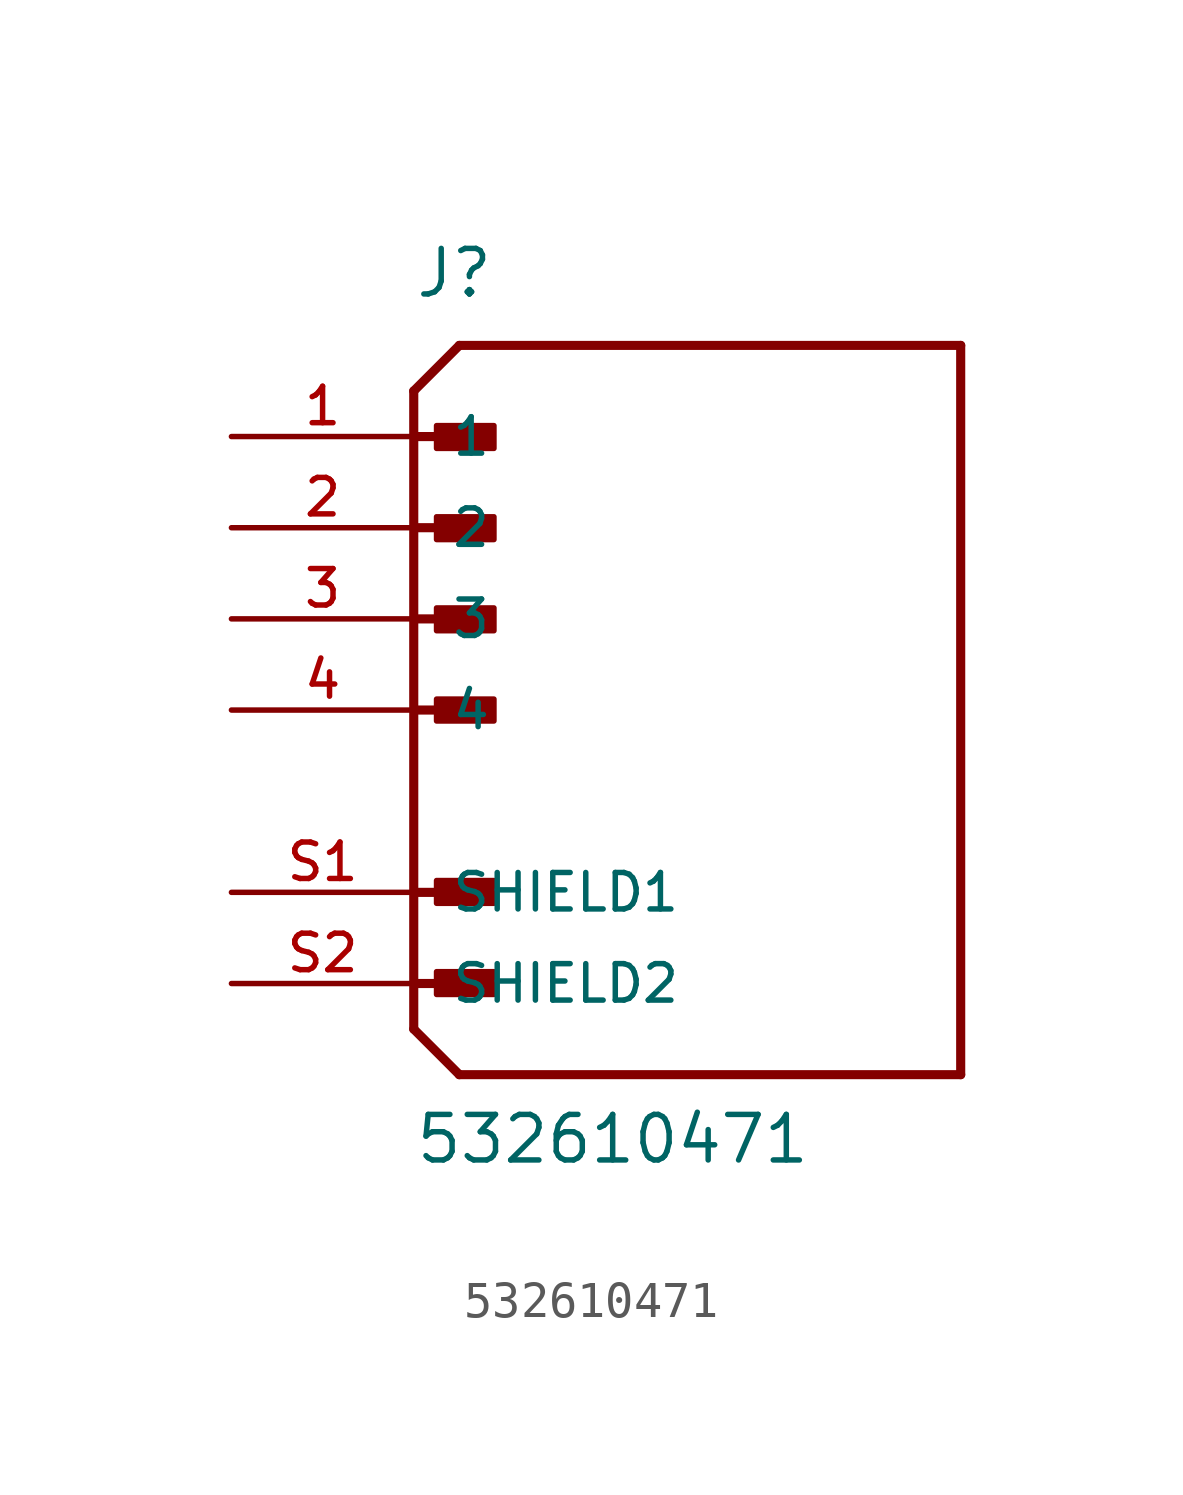
<source format=kicad_sym>
(kicad_symbol_lib
  (version 20211014)
  (generator kicad_symbol_editor)
  (symbol "532610471"
    (pin_names
      (offset 1.016))
    (property "Reference" "J"
      (at -7.62 11.43 0)
      (effects (font (size 1.27 1.27)) (justify left bottom)))
    (property "Value" "532610471"
      (at -7.62 -12.7 0)
      (effects (font (size 1.27 1.27)) (justify left bottom)))
    (property "ki_locked" ""
      (at 0 0 0)
      (effects (font (size 1.27 1.27))))
    (symbol "532610471_0_0"
      (rectangle (start -6.985 -7.925) (end -5.385 -7.29) (stroke (width 0) (type default) (color 0 0 0 0)) (fill (type outline)))
      (rectangle (start -6.985 -5.385) (end -5.385 -4.75) (stroke (width 0) (type default) (color 0 0 0 0)) (fill (type outline)))
      (rectangle (start -6.985 -0.305) (end -5.385 0.305) (stroke (width 0) (type default) (color 0 0 0 0)) (fill (type outline)))
      (rectangle (start -6.985 2.21) (end -5.385 2.845) (stroke (width 0) (type default) (color 0 0 0 0)) (fill (type outline)))
      (rectangle (start -6.985 4.75) (end -5.385 5.385) (stroke (width 0) (type default) (color 0 0 0 0)) (fill (type outline)))
      (rectangle (start -6.985 7.29) (end -5.385 7.925) (stroke (width 0) (type default) (color 0 0 0 0)) (fill (type outline)))
      (polyline (pts (xy -7.62 -8.89) (xy -6.35 -10.16)) (stroke (width 0.254) (type default) (color 0 0 0 0)) (fill (type none)))
      (polyline (pts (xy -7.62 -7.62) (xy -5.715 -7.62)) (stroke (width 0.254) (type default) (color 0 0 0 0)) (fill (type none)))
      (polyline (pts (xy -7.62 -5.08) (xy -5.715 -5.08)) (stroke (width 0.254) (type default) (color 0 0 0 0)) (fill (type none)))
      (polyline (pts (xy -7.62 0) (xy -5.715 0)) (stroke (width 0.254) (type default) (color 0 0 0 0)) (fill (type none)))
      (polyline (pts (xy -7.62 2.54) (xy -5.715 2.54)) (stroke (width 0.254) (type default) (color 0 0 0 0)) (fill (type none)))
      (polyline (pts (xy -7.62 5.08) (xy -5.715 5.08)) (stroke (width 0.254) (type default) (color 0 0 0 0)) (fill (type none)))
      (polyline (pts (xy -7.62 7.62) (xy -5.715 7.62)) (stroke (width 0.254) (type default) (color 0 0 0 0)) (fill (type none)))
      (polyline (pts (xy -7.62 8.89) (xy -7.62 -8.89)) (stroke (width 0.254) (type default) (color 0 0 0 0)) (fill (type none)))
      (polyline (pts (xy -7.62 8.89) (xy -6.35 10.16)) (stroke (width 0.254) (type default) (color 0 0 0 0)) (fill (type none)))
      (polyline (pts (xy -6.35 -10.16) (xy 7.62 -10.16)) (stroke (width 0.254) (type default) (color 0 0 0 0)) (fill (type none)))
      (polyline (pts (xy 7.62 -10.16) (xy 7.62 10.16)) (stroke (width 0.254) (type default) (color 0 0 0 0)) (fill (type none)))
      (polyline (pts (xy 7.62 10.16) (xy -6.35 10.16)) (stroke (width 0.254) (type default) (color 0 0 0 0)) (fill (type none)))
      (pin passive line (at -12.7 7.62 0) (length 5.08) (name "1" (effects (font (size 1.016 1.016)))) (number "1" (effects (font (size 1.016 1.016)))))
      (pin passive line (at -12.7 5.08 0) (length 5.08) (name "2" (effects (font (size 1.016 1.016)))) (number "2" (effects (font (size 1.016 1.016)))))
      (pin passive line (at -12.7 2.54 0) (length 5.08) (name "3" (effects (font (size 1.016 1.016)))) (number "3" (effects (font (size 1.016 1.016)))))
      (pin passive line (at -12.7 0 0) (length 5.08) (name "4" (effects (font (size 1.016 1.016)))) (number "4" (effects (font (size 1.016 1.016)))))
      (pin passive line (at -12.7 -5.08 0) (length 5.08) (name "SHIELD1" (effects (font (size 1.016 1.016)))) (number "S1" (effects (font (size 1.016 1.016)))))
      (pin passive line (at -12.7 -7.62 0) (length 5.08) (name "SHIELD2" (effects (font (size 1.016 1.016)))) (number "S2" (effects (font (size 1.016 1.016))))))))
</source>
